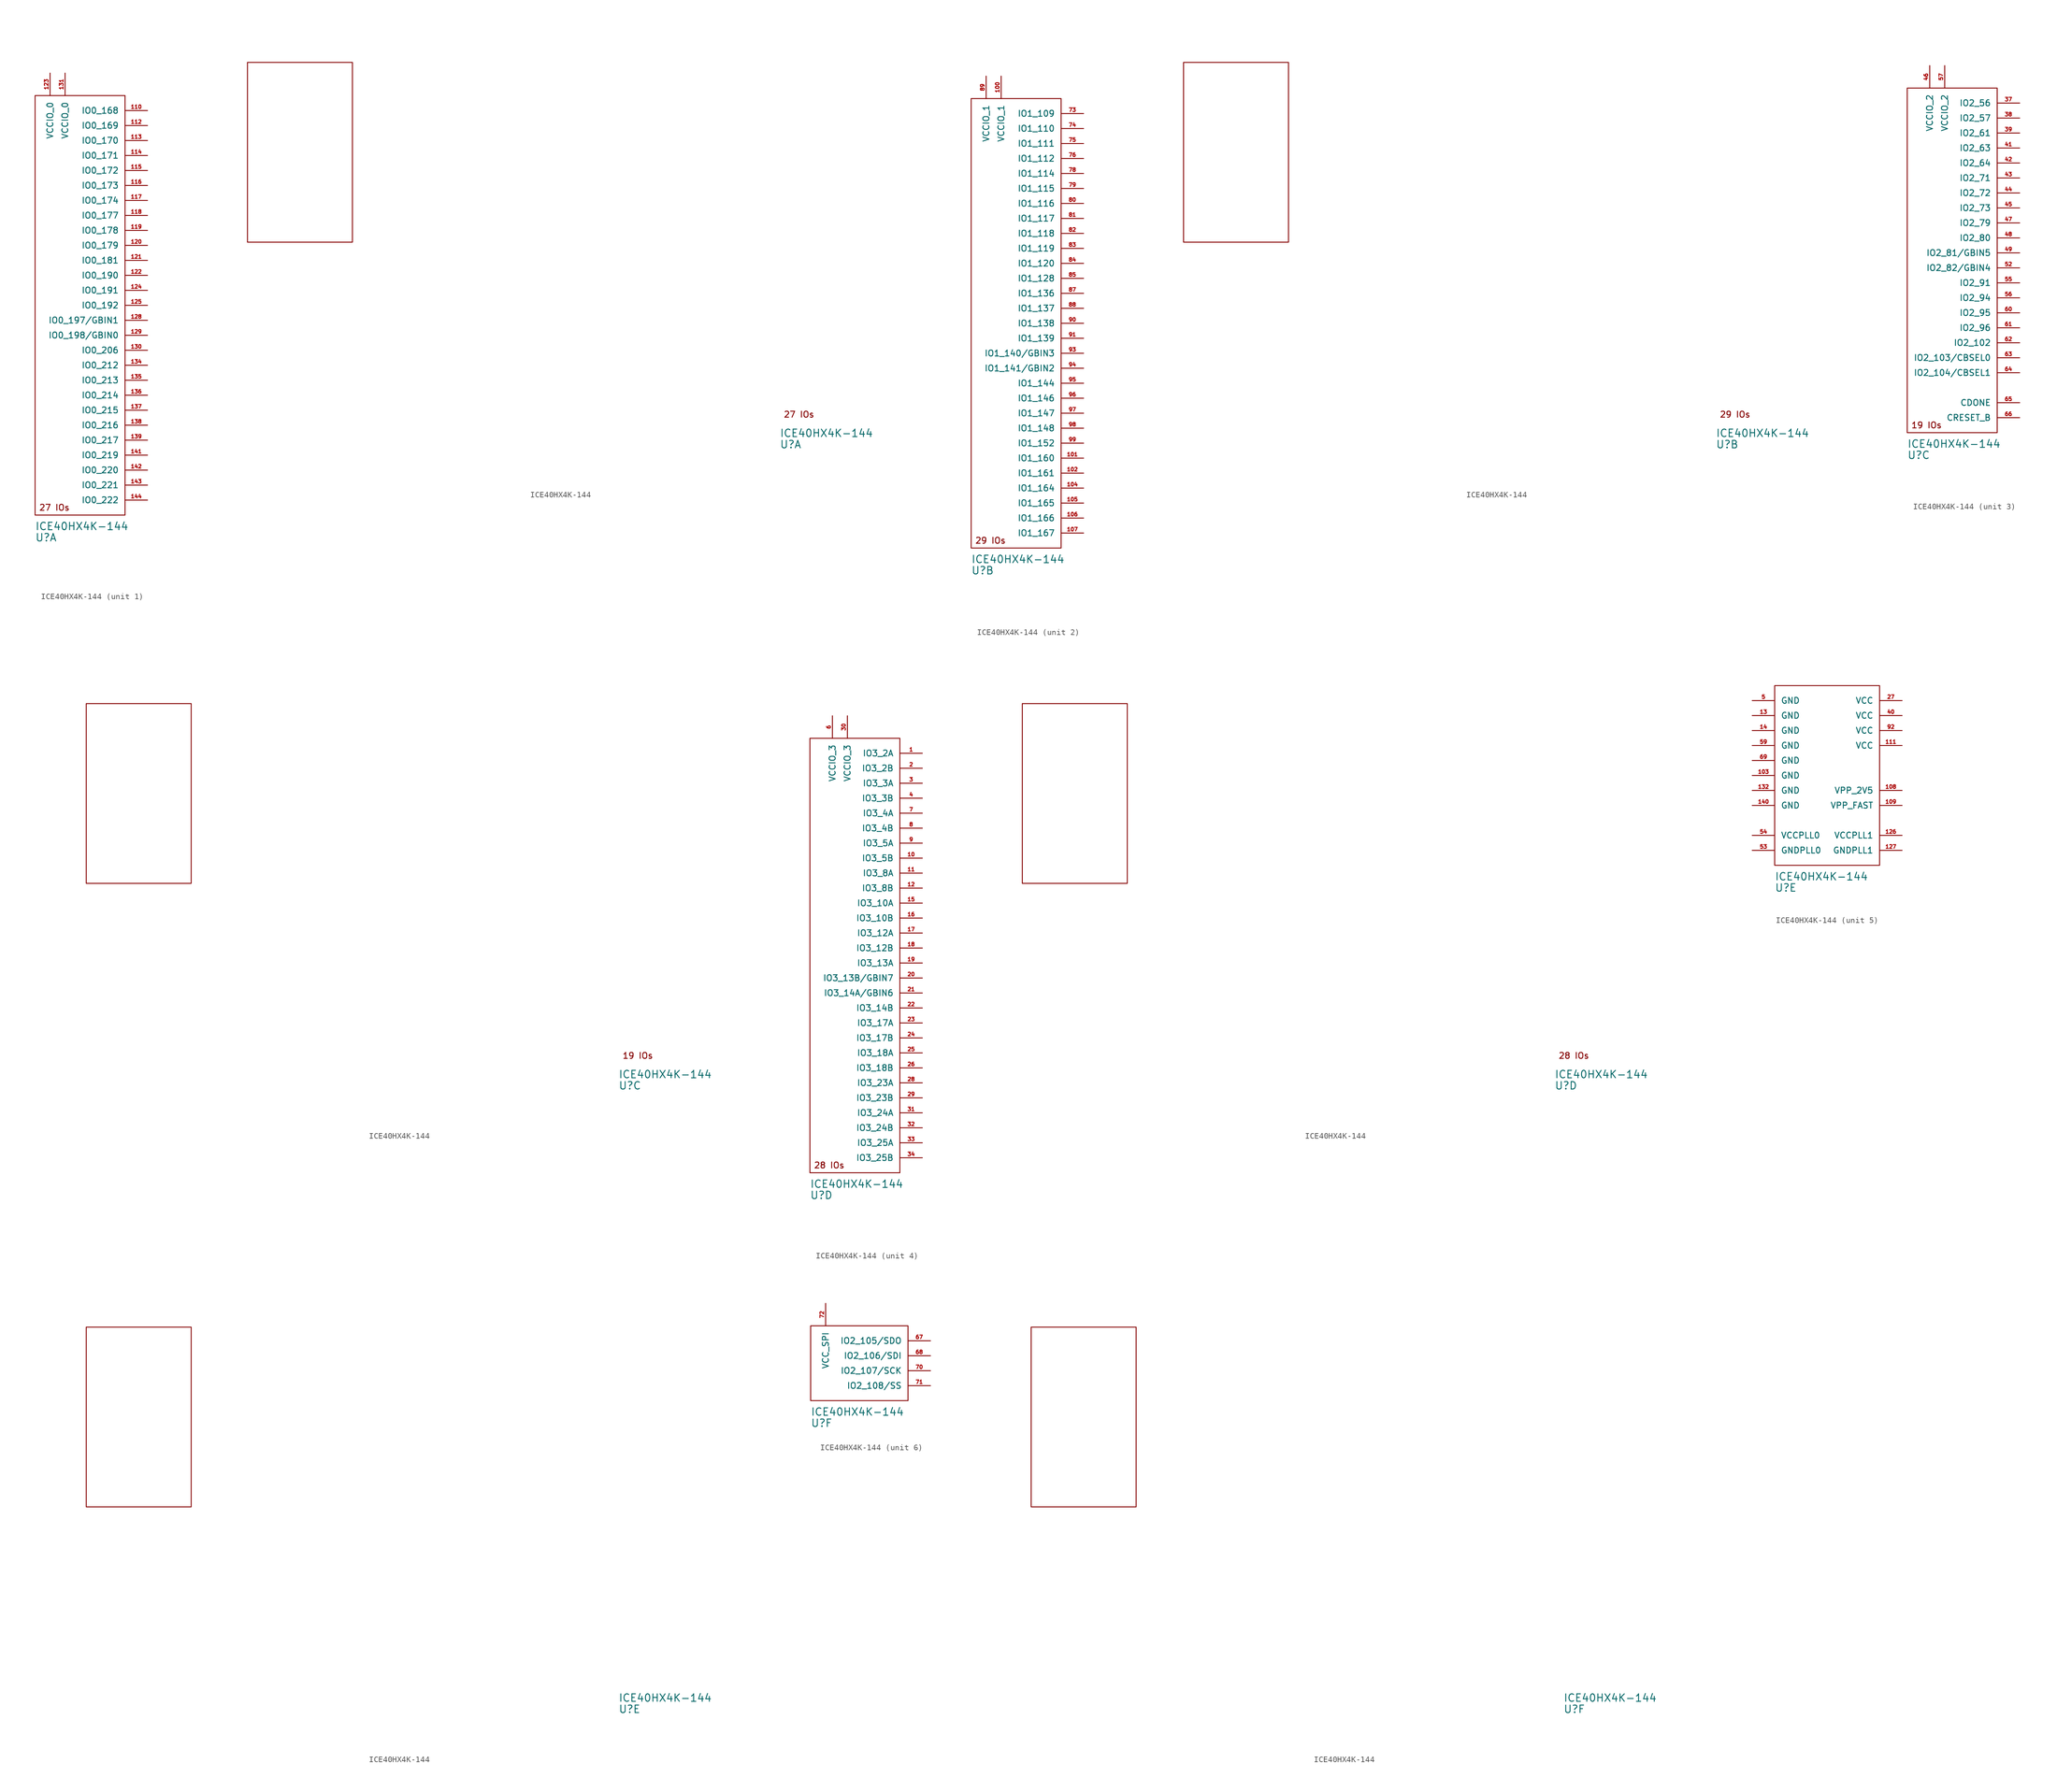
<source format=kicad_sym>
(kicad_symbol_lib
  (version 20211014)
  (generator kicad_symbol_editor)
  (symbol "ICE40HX4K-144"
    (pin_names
      (offset 1.016))
    (property "Reference" "U"
      (at 0 -3.81 0)
      (effects (font (size 1.27 1.27)) (justify left)))
    (property "Value" "ICE40HX4K-144"
      (at 0 -1.905 0)
      (effects (font (size 1.27 1.27)) (justify left)))
    (property "ki_locked" ""
      (at 0 0 0)
      (effects (font (size 1.27 1.27))))
    (symbol "ICE40HX4K-144_0_2"
      (rectangle (start -90.17 60.96) (end -72.39 30.48) (stroke (width 0) (type default) (color 0 0 0 0)) (fill (type none))))
    (symbol "ICE40HX4K-144_0_3"
      (rectangle (start -90.17 60.96) (end -72.39 30.48) (stroke (width 0) (type default) (color 0 0 0 0)) (fill (type none))))
    (symbol "ICE40HX4K-144_0_4"
      (rectangle (start -90.17 60.96) (end -72.39 30.48) (stroke (width 0) (type default) (color 0 0 0 0)) (fill (type none))))
    (symbol "ICE40HX4K-144_0_5"
      (rectangle (start -90.17 60.96) (end -72.39 30.48) (stroke (width 0) (type default) (color 0 0 0 0)) (fill (type none))))
    (symbol "ICE40HX4K-144_1_0"
      (text "27 IOs" (at 0.635 1.27 0) (effects (font (size 1.016 1.016)) (justify left))))
    (symbol "ICE40HX4K-144_1_1"
      (rectangle (start 0 71.12) (end 15.24 0) (stroke (width 0) (type default) (color 0 0 0 0)) (fill (type none)))
      (pin tri_state line (at 19.05 68.58 180) (length 3.81) (name "IO0_168" (effects (font (size 1.016 1.016)))) (number "110" (effects (font (size 0.635 0.635)))))
      (pin tri_state line (at 19.05 66.04 180) (length 3.81) (name "IO0_169" (effects (font (size 1.016 1.016)))) (number "112" (effects (font (size 0.635 0.635)))))
      (pin tri_state line (at 19.05 63.5 180) (length 3.81) (name "IO0_170" (effects (font (size 1.016 1.016)))) (number "113" (effects (font (size 0.635 0.635)))))
      (pin tri_state line (at 19.05 60.96 180) (length 3.81) (name "IO0_171" (effects (font (size 1.016 1.016)))) (number "114" (effects (font (size 0.635 0.635)))))
      (pin tri_state line (at 19.05 58.42 180) (length 3.81) (name "IO0_172" (effects (font (size 1.016 1.016)))) (number "115" (effects (font (size 0.635 0.635)))))
      (pin tri_state line (at 19.05 55.88 180) (length 3.81) (name "IO0_173" (effects (font (size 1.016 1.016)))) (number "116" (effects (font (size 0.635 0.635)))))
      (pin tri_state line (at 19.05 53.34 180) (length 3.81) (name "IO0_174" (effects (font (size 1.016 1.016)))) (number "117" (effects (font (size 0.635 0.635)))))
      (pin tri_state line (at 19.05 50.8 180) (length 3.81) (name "IO0_177" (effects (font (size 1.016 1.016)))) (number "118" (effects (font (size 0.635 0.635)))))
      (pin tri_state line (at 19.05 48.26 180) (length 3.81) (name "IO0_178" (effects (font (size 1.016 1.016)))) (number "119" (effects (font (size 0.635 0.635)))))
      (pin tri_state line (at 19.05 45.72 180) (length 3.81) (name "IO0_179" (effects (font (size 1.016 1.016)))) (number "120" (effects (font (size 0.635 0.635)))))
      (pin tri_state line (at 19.05 43.18 180) (length 3.81) (name "IO0_181" (effects (font (size 1.016 1.016)))) (number "121" (effects (font (size 0.635 0.635)))))
      (pin tri_state line (at 19.05 40.64 180) (length 3.81) (name "IO0_190" (effects (font (size 1.016 1.016)))) (number "122" (effects (font (size 0.635 0.635)))))
      (pin power_in line (at 2.54 74.93 270) (length 3.81) (name "VCCIO_0" (effects (font (size 1.016 1.016)))) (number "123" (effects (font (size 0.635 0.635)))))
      (pin tri_state line (at 19.05 38.1 180) (length 3.81) (name "IO0_191" (effects (font (size 1.016 1.016)))) (number "124" (effects (font (size 0.635 0.635)))))
      (pin tri_state line (at 19.05 35.56 180) (length 3.81) (name "IO0_192" (effects (font (size 1.016 1.016)))) (number "125" (effects (font (size 0.635 0.635)))))
      (pin tri_state line (at 19.05 33.02 180) (length 3.81) (name "IO0_197/GBIN1" (effects (font (size 1.016 1.016)))) (number "128" (effects (font (size 0.635 0.635)))))
      (pin tri_state line (at 19.05 30.48 180) (length 3.81) (name "IO0_198/GBIN0" (effects (font (size 1.016 1.016)))) (number "129" (effects (font (size 0.635 0.635)))))
      (pin tri_state line (at 19.05 27.94 180) (length 3.81) (name "IO0_206" (effects (font (size 1.016 1.016)))) (number "130" (effects (font (size 0.635 0.635)))))
      (pin power_in line (at 5.08 74.93 270) (length 3.81) (name "VCCIO_0" (effects (font (size 1.016 1.016)))) (number "131" (effects (font (size 0.635 0.635)))))
      (pin tri_state line (at 19.05 25.4 180) (length 3.81) (name "IO0_212" (effects (font (size 1.016 1.016)))) (number "134" (effects (font (size 0.635 0.635)))))
      (pin tri_state line (at 19.05 22.86 180) (length 3.81) (name "IO0_213" (effects (font (size 1.016 1.016)))) (number "135" (effects (font (size 0.635 0.635)))))
      (pin tri_state line (at 19.05 20.32 180) (length 3.81) (name "IO0_214" (effects (font (size 1.016 1.016)))) (number "136" (effects (font (size 0.635 0.635)))))
      (pin tri_state line (at 19.05 17.78 180) (length 3.81) (name "IO0_215" (effects (font (size 1.016 1.016)))) (number "137" (effects (font (size 0.635 0.635)))))
      (pin tri_state line (at 19.05 15.24 180) (length 3.81) (name "IO0_216" (effects (font (size 1.016 1.016)))) (number "138" (effects (font (size 0.635 0.635)))))
      (pin tri_state line (at 19.05 12.7 180) (length 3.81) (name "IO0_217" (effects (font (size 1.016 1.016)))) (number "139" (effects (font (size 0.635 0.635)))))
      (pin tri_state line (at 19.05 10.16 180) (length 3.81) (name "IO0_219" (effects (font (size 1.016 1.016)))) (number "141" (effects (font (size 0.635 0.635)))))
      (pin tri_state line (at 19.05 7.62 180) (length 3.81) (name "IO0_220" (effects (font (size 1.016 1.016)))) (number "142" (effects (font (size 0.635 0.635)))))
      (pin tri_state line (at 19.05 5.08 180) (length 3.81) (name "IO0_221" (effects (font (size 1.016 1.016)))) (number "143" (effects (font (size 0.635 0.635)))))
      (pin tri_state line (at 19.05 2.54 180) (length 3.81) (name "IO0_222" (effects (font (size 1.016 1.016)))) (number "144" (effects (font (size 0.635 0.635))))))
    (symbol "ICE40HX4K-144_2_0"
      (text "29 IOs" (at 0.635 1.27 0) (effects (font (size 1.016 1.016)) (justify left))))
    (symbol "ICE40HX4K-144_2_1"
      (rectangle (start 0 76.2) (end 15.24 0) (stroke (width 0) (type default) (color 0 0 0 0)) (fill (type none)))
      (pin power_in line (at 5.08 80.01 270) (length 3.81) (name "VCCIO_1" (effects (font (size 1.016 1.016)))) (number "100" (effects (font (size 0.635 0.635)))))
      (pin tri_state line (at 19.05 15.24 180) (length 3.81) (name "IO1_160" (effects (font (size 1.016 1.016)))) (number "101" (effects (font (size 0.635 0.635)))))
      (pin tri_state line (at 19.05 12.7 180) (length 3.81) (name "IO1_161" (effects (font (size 1.016 1.016)))) (number "102" (effects (font (size 0.635 0.635)))))
      (pin tri_state line (at 19.05 10.16 180) (length 3.81) (name "IO1_164" (effects (font (size 1.016 1.016)))) (number "104" (effects (font (size 0.635 0.635)))))
      (pin tri_state line (at 19.05 7.62 180) (length 3.81) (name "IO1_165" (effects (font (size 1.016 1.016)))) (number "105" (effects (font (size 0.635 0.635)))))
      (pin tri_state line (at 19.05 5.08 180) (length 3.81) (name "IO1_166" (effects (font (size 1.016 1.016)))) (number "106" (effects (font (size 0.635 0.635)))))
      (pin tri_state line (at 19.05 2.54 180) (length 3.81) (name "IO1_167" (effects (font (size 1.016 1.016)))) (number "107" (effects (font (size 0.635 0.635)))))
      (pin tri_state line (at 19.05 73.66 180) (length 3.81) (name "IO1_109" (effects (font (size 1.016 1.016)))) (number "73" (effects (font (size 0.635 0.635)))))
      (pin tri_state line (at 19.05 71.12 180) (length 3.81) (name "IO1_110" (effects (font (size 1.016 1.016)))) (number "74" (effects (font (size 0.635 0.635)))))
      (pin tri_state line (at 19.05 68.58 180) (length 3.81) (name "IO1_111" (effects (font (size 1.016 1.016)))) (number "75" (effects (font (size 0.635 0.635)))))
      (pin tri_state line (at 19.05 66.04 180) (length 3.81) (name "IO1_112" (effects (font (size 1.016 1.016)))) (number "76" (effects (font (size 0.635 0.635)))))
      (pin tri_state line (at 19.05 63.5 180) (length 3.81) (name "IO1_114" (effects (font (size 1.016 1.016)))) (number "78" (effects (font (size 0.635 0.635)))))
      (pin tri_state line (at 19.05 60.96 180) (length 3.81) (name "IO1_115" (effects (font (size 1.016 1.016)))) (number "79" (effects (font (size 0.635 0.635)))))
      (pin tri_state line (at 19.05 58.42 180) (length 3.81) (name "IO1_116" (effects (font (size 1.016 1.016)))) (number "80" (effects (font (size 0.635 0.635)))))
      (pin tri_state line (at 19.05 55.88 180) (length 3.81) (name "IO1_117" (effects (font (size 1.016 1.016)))) (number "81" (effects (font (size 0.635 0.635)))))
      (pin tri_state line (at 19.05 53.34 180) (length 3.81) (name "IO1_118" (effects (font (size 1.016 1.016)))) (number "82" (effects (font (size 0.635 0.635)))))
      (pin tri_state line (at 19.05 50.8 180) (length 3.81) (name "IO1_119" (effects (font (size 1.016 1.016)))) (number "83" (effects (font (size 0.635 0.635)))))
      (pin tri_state line (at 19.05 48.26 180) (length 3.81) (name "IO1_120" (effects (font (size 1.016 1.016)))) (number "84" (effects (font (size 0.635 0.635)))))
      (pin tri_state line (at 19.05 45.72 180) (length 3.81) (name "IO1_128" (effects (font (size 1.016 1.016)))) (number "85" (effects (font (size 0.635 0.635)))))
      (pin tri_state line (at 19.05 43.18 180) (length 3.81) (name "IO1_136" (effects (font (size 1.016 1.016)))) (number "87" (effects (font (size 0.635 0.635)))))
      (pin tri_state line (at 19.05 40.64 180) (length 3.81) (name "IO1_137" (effects (font (size 1.016 1.016)))) (number "88" (effects (font (size 0.635 0.635)))))
      (pin power_in line (at 2.54 80.01 270) (length 3.81) (name "VCCIO_1" (effects (font (size 1.016 1.016)))) (number "89" (effects (font (size 0.635 0.635)))))
      (pin tri_state line (at 19.05 38.1 180) (length 3.81) (name "IO1_138" (effects (font (size 1.016 1.016)))) (number "90" (effects (font (size 0.635 0.635)))))
      (pin tri_state line (at 19.05 35.56 180) (length 3.81) (name "IO1_139" (effects (font (size 1.016 1.016)))) (number "91" (effects (font (size 0.635 0.635)))))
      (pin tri_state line (at 19.05 33.02 180) (length 3.81) (name "IO1_140/GBIN3" (effects (font (size 1.016 1.016)))) (number "93" (effects (font (size 0.635 0.635)))))
      (pin tri_state line (at 19.05 30.48 180) (length 3.81) (name "IO1_141/GBIN2" (effects (font (size 1.016 1.016)))) (number "94" (effects (font (size 0.635 0.635)))))
      (pin tri_state line (at 19.05 27.94 180) (length 3.81) (name "IO1_144" (effects (font (size 1.016 1.016)))) (number "95" (effects (font (size 0.635 0.635)))))
      (pin tri_state line (at 19.05 25.4 180) (length 3.81) (name "IO1_146" (effects (font (size 1.016 1.016)))) (number "96" (effects (font (size 0.635 0.635)))))
      (pin tri_state line (at 19.05 22.86 180) (length 3.81) (name "IO1_147" (effects (font (size 1.016 1.016)))) (number "97" (effects (font (size 0.635 0.635)))))
      (pin tri_state line (at 19.05 20.32 180) (length 3.81) (name "IO1_148" (effects (font (size 1.016 1.016)))) (number "98" (effects (font (size 0.635 0.635)))))
      (pin tri_state line (at 19.05 17.78 180) (length 3.81) (name "IO1_152" (effects (font (size 1.016 1.016)))) (number "99" (effects (font (size 0.635 0.635))))))
    (symbol "ICE40HX4K-144_3_0"
      (text "19 IOs" (at 0.635 1.27 0) (effects (font (size 1.016 1.016)) (justify left))))
    (symbol "ICE40HX4K-144_3_1"
      (rectangle (start 0 58.42) (end 15.24 0) (stroke (width 0) (type default) (color 0 0 0 0)) (fill (type none)))
      (pin tri_state line (at 19.05 55.88 180) (length 3.81) (name "IO2_56" (effects (font (size 1.016 1.016)))) (number "37" (effects (font (size 0.635 0.635)))))
      (pin tri_state line (at 19.05 53.34 180) (length 3.81) (name "IO2_57" (effects (font (size 1.016 1.016)))) (number "38" (effects (font (size 0.635 0.635)))))
      (pin tri_state line (at 19.05 50.8 180) (length 3.81) (name "IO2_61" (effects (font (size 1.016 1.016)))) (number "39" (effects (font (size 0.635 0.635)))))
      (pin tri_state line (at 19.05 48.26 180) (length 3.81) (name "IO2_63" (effects (font (size 1.016 1.016)))) (number "41" (effects (font (size 0.635 0.635)))))
      (pin tri_state line (at 19.05 45.72 180) (length 3.81) (name "IO2_64" (effects (font (size 1.016 1.016)))) (number "42" (effects (font (size 0.635 0.635)))))
      (pin tri_state line (at 19.05 43.18 180) (length 3.81) (name "IO2_71" (effects (font (size 1.016 1.016)))) (number "43" (effects (font (size 0.635 0.635)))))
      (pin tri_state line (at 19.05 40.64 180) (length 3.81) (name "IO2_72" (effects (font (size 1.016 1.016)))) (number "44" (effects (font (size 0.635 0.635)))))
      (pin tri_state line (at 19.05 38.1 180) (length 3.81) (name "IO2_73" (effects (font (size 1.016 1.016)))) (number "45" (effects (font (size 0.635 0.635)))))
      (pin power_in line (at 3.81 62.23 270) (length 3.81) (name "VCCIO_2" (effects (font (size 1.016 1.016)))) (number "46" (effects (font (size 0.635 0.635)))))
      (pin tri_state line (at 19.05 35.56 180) (length 3.81) (name "IO2_79" (effects (font (size 1.016 1.016)))) (number "47" (effects (font (size 0.635 0.635)))))
      (pin tri_state line (at 19.05 33.02 180) (length 3.81) (name "IO2_80" (effects (font (size 1.016 1.016)))) (number "48" (effects (font (size 0.635 0.635)))))
      (pin tri_state line (at 19.05 30.48 180) (length 3.81) (name "IO2_81/GBIN5" (effects (font (size 1.016 1.016)))) (number "49" (effects (font (size 0.635 0.635)))))
      (pin tri_state line (at 19.05 27.94 180) (length 3.81) (name "IO2_82/GBIN4" (effects (font (size 1.016 1.016)))) (number "52" (effects (font (size 0.635 0.635)))))
      (pin tri_state line (at 19.05 25.4 180) (length 3.81) (name "IO2_91" (effects (font (size 1.016 1.016)))) (number "55" (effects (font (size 0.635 0.635)))))
      (pin tri_state line (at 19.05 22.86 180) (length 3.81) (name "IO2_94" (effects (font (size 1.016 1.016)))) (number "56" (effects (font (size 0.635 0.635)))))
      (pin power_in line (at 6.35 62.23 270) (length 3.81) (name "VCCIO_2" (effects (font (size 1.016 1.016)))) (number "57" (effects (font (size 0.635 0.635)))))
      (pin tri_state line (at 19.05 20.32 180) (length 3.81) (name "IO2_95" (effects (font (size 1.016 1.016)))) (number "60" (effects (font (size 0.635 0.635)))))
      (pin tri_state line (at 19.05 17.78 180) (length 3.81) (name "IO2_96" (effects (font (size 1.016 1.016)))) (number "61" (effects (font (size 0.635 0.635)))))
      (pin tri_state line (at 19.05 15.24 180) (length 3.81) (name "IO2_102" (effects (font (size 1.016 1.016)))) (number "62" (effects (font (size 0.635 0.635)))))
      (pin tri_state line (at 19.05 12.7 180) (length 3.81) (name "IO2_103/CBSEL0" (effects (font (size 1.016 1.016)))) (number "63" (effects (font (size 0.635 0.635)))))
      (pin tri_state line (at 19.05 10.16 180) (length 3.81) (name "IO2_104/CBSEL1" (effects (font (size 1.016 1.016)))) (number "64" (effects (font (size 0.635 0.635)))))
      (pin tri_state line (at 19.05 5.08 180) (length 3.81) (name "CDONE" (effects (font (size 1.016 1.016)))) (number "65" (effects (font (size 0.635 0.635)))))
      (pin tri_state line (at 19.05 2.54 180) (length 3.81) (name "CRESET_B" (effects (font (size 1.016 1.016)))) (number "66" (effects (font (size 0.635 0.635))))))
    (symbol "ICE40HX4K-144_4_0"
      (text "28 IOs" (at 0.635 1.27 0) (effects (font (size 1.016 1.016)) (justify left))))
    (symbol "ICE40HX4K-144_4_1"
      (rectangle (start 0 73.66) (end 15.24 0) (stroke (width 0) (type default) (color 0 0 0 0)) (fill (type none)))
      (pin tri_state line (at 19.05 71.12 180) (length 3.81) (name "IO3_2A" (effects (font (size 1.016 1.016)))) (number "1" (effects (font (size 0.635 0.635)))))
      (pin tri_state line (at 19.05 53.34 180) (length 3.81) (name "IO3_5B" (effects (font (size 1.016 1.016)))) (number "10" (effects (font (size 0.635 0.635)))))
      (pin tri_state line (at 19.05 50.8 180) (length 3.81) (name "IO3_8A" (effects (font (size 1.016 1.016)))) (number "11" (effects (font (size 0.635 0.635)))))
      (pin tri_state line (at 19.05 48.26 180) (length 3.81) (name "IO3_8B" (effects (font (size 1.016 1.016)))) (number "12" (effects (font (size 0.635 0.635)))))
      (pin tri_state line (at 19.05 45.72 180) (length 3.81) (name "IO3_10A" (effects (font (size 1.016 1.016)))) (number "15" (effects (font (size 0.635 0.635)))))
      (pin tri_state line (at 19.05 43.18 180) (length 3.81) (name "IO3_10B" (effects (font (size 1.016 1.016)))) (number "16" (effects (font (size 0.635 0.635)))))
      (pin tri_state line (at 19.05 40.64 180) (length 3.81) (name "IO3_12A" (effects (font (size 1.016 1.016)))) (number "17" (effects (font (size 0.635 0.635)))))
      (pin tri_state line (at 19.05 38.1 180) (length 3.81) (name "IO3_12B" (effects (font (size 1.016 1.016)))) (number "18" (effects (font (size 0.635 0.635)))))
      (pin tri_state line (at 19.05 35.56 180) (length 3.81) (name "IO3_13A" (effects (font (size 1.016 1.016)))) (number "19" (effects (font (size 0.635 0.635)))))
      (pin tri_state line (at 19.05 68.58 180) (length 3.81) (name "IO3_2B" (effects (font (size 1.016 1.016)))) (number "2" (effects (font (size 0.635 0.635)))))
      (pin tri_state line (at 19.05 33.02 180) (length 3.81) (name "IO3_13B/GBIN7" (effects (font (size 1.016 1.016)))) (number "20" (effects (font (size 0.635 0.635)))))
      (pin tri_state line (at 19.05 30.48 180) (length 3.81) (name "IO3_14A/GBIN6" (effects (font (size 1.016 1.016)))) (number "21" (effects (font (size 0.635 0.635)))))
      (pin tri_state line (at 19.05 27.94 180) (length 3.81) (name "IO3_14B" (effects (font (size 1.016 1.016)))) (number "22" (effects (font (size 0.635 0.635)))))
      (pin tri_state line (at 19.05 25.4 180) (length 3.81) (name "IO3_17A" (effects (font (size 1.016 1.016)))) (number "23" (effects (font (size 0.635 0.635)))))
      (pin tri_state line (at 19.05 22.86 180) (length 3.81) (name "IO3_17B" (effects (font (size 1.016 1.016)))) (number "24" (effects (font (size 0.635 0.635)))))
      (pin tri_state line (at 19.05 20.32 180) (length 3.81) (name "IO3_18A" (effects (font (size 1.016 1.016)))) (number "25" (effects (font (size 0.635 0.635)))))
      (pin tri_state line (at 19.05 17.78 180) (length 3.81) (name "IO3_18B" (effects (font (size 1.016 1.016)))) (number "26" (effects (font (size 0.635 0.635)))))
      (pin tri_state line (at 19.05 15.24 180) (length 3.81) (name "IO3_23A" (effects (font (size 1.016 1.016)))) (number "28" (effects (font (size 0.635 0.635)))))
      (pin tri_state line (at 19.05 12.7 180) (length 3.81) (name "IO3_23B" (effects (font (size 1.016 1.016)))) (number "29" (effects (font (size 0.635 0.635)))))
      (pin tri_state line (at 19.05 66.04 180) (length 3.81) (name "IO3_3A" (effects (font (size 1.016 1.016)))) (number "3" (effects (font (size 0.635 0.635)))))
      (pin power_in line (at 6.35 77.47 270) (length 3.81) (name "VCCIO_3" (effects (font (size 1.016 1.016)))) (number "30" (effects (font (size 0.635 0.635)))))
      (pin tri_state line (at 19.05 10.16 180) (length 3.81) (name "IO3_24A" (effects (font (size 1.016 1.016)))) (number "31" (effects (font (size 0.635 0.635)))))
      (pin tri_state line (at 19.05 7.62 180) (length 3.81) (name "IO3_24B" (effects (font (size 1.016 1.016)))) (number "32" (effects (font (size 0.635 0.635)))))
      (pin tri_state line (at 19.05 5.08 180) (length 3.81) (name "IO3_25A" (effects (font (size 1.016 1.016)))) (number "33" (effects (font (size 0.635 0.635)))))
      (pin tri_state line (at 19.05 2.54 180) (length 3.81) (name "IO3_25B" (effects (font (size 1.016 1.016)))) (number "34" (effects (font (size 0.635 0.635)))))
      (pin tri_state line (at 19.05 63.5 180) (length 3.81) (name "IO3_3B" (effects (font (size 1.016 1.016)))) (number "4" (effects (font (size 0.635 0.635)))))
      (pin power_in line (at 3.81 77.47 270) (length 3.81) (name "VCCIO_3" (effects (font (size 1.016 1.016)))) (number "6" (effects (font (size 0.635 0.635)))))
      (pin tri_state line (at 19.05 60.96 180) (length 3.81) (name "IO3_4A" (effects (font (size 1.016 1.016)))) (number "7" (effects (font (size 0.635 0.635)))))
      (pin tri_state line (at 19.05 58.42 180) (length 3.81) (name "IO3_4B" (effects (font (size 1.016 1.016)))) (number "8" (effects (font (size 0.635 0.635)))))
      (pin tri_state line (at 19.05 55.88 180) (length 3.81) (name "IO3_5A" (effects (font (size 1.016 1.016)))) (number "9" (effects (font (size 0.635 0.635))))))
    (symbol "ICE40HX4K-144_5_1"
      (rectangle (start 0 30.48) (end 17.78 0) (stroke (width 0) (type default) (color 0 0 0 0)) (fill (type none)))
      (pin power_in line (at -3.81 15.24 0) (length 3.81) (name "GND" (effects (font (size 1.016 1.016)))) (number "103" (effects (font (size 0.635 0.635)))))
      (pin tri_state line (at 21.59 12.7 180) (length 3.81) (name "VPP_2V5" (effects (font (size 1.016 1.016)))) (number "108" (effects (font (size 0.635 0.635)))))
      (pin tri_state line (at 21.59 10.16 180) (length 3.81) (name "VPP_FAST" (effects (font (size 1.016 1.016)))) (number "109" (effects (font (size 0.635 0.635)))))
      (pin power_in line (at 21.59 20.32 180) (length 3.81) (name "VCC" (effects (font (size 1.016 1.016)))) (number "111" (effects (font (size 0.635 0.635)))))
      (pin power_in line (at 21.59 5.08 180) (length 3.81) (name "VCCPLL1" (effects (font (size 1.016 1.016)))) (number "126" (effects (font (size 0.635 0.635)))))
      (pin power_out line (at 21.59 2.54 180) (length 3.81) (name "GNDPLL1" (effects (font (size 1.016 1.016)))) (number "127" (effects (font (size 0.635 0.635)))))
      (pin power_in line (at -3.81 25.4 0) (length 3.81) (name "GND" (effects (font (size 1.016 1.016)))) (number "13" (effects (font (size 0.635 0.635)))))
      (pin power_in line (at -3.81 12.7 0) (length 3.81) (name "GND" (effects (font (size 1.016 1.016)))) (number "132" (effects (font (size 0.635 0.635)))))
      (pin power_in line (at -3.81 22.86 0) (length 3.81) (name "GND" (effects (font (size 1.016 1.016)))) (number "14" (effects (font (size 0.635 0.635)))))
      (pin power_in line (at -3.81 10.16 0) (length 3.81) (name "GND" (effects (font (size 1.016 1.016)))) (number "140" (effects (font (size 0.635 0.635)))))
      (pin power_in line (at 21.59 27.94 180) (length 3.81) (name "VCC" (effects (font (size 1.016 1.016)))) (number "27" (effects (font (size 0.635 0.635)))))
      (pin power_in line (at 21.59 25.4 180) (length 3.81) (name "VCC" (effects (font (size 1.016 1.016)))) (number "40" (effects (font (size 0.635 0.635)))))
      (pin power_in line (at -3.81 27.94 0) (length 3.81) (name "GND" (effects (font (size 1.016 1.016)))) (number "5" (effects (font (size 0.635 0.635)))))
      (pin power_out line (at -3.81 2.54 0) (length 3.81) (name "GNDPLL0" (effects (font (size 1.016 1.016)))) (number "53" (effects (font (size 0.635 0.635)))))
      (pin power_in line (at -3.81 5.08 0) (length 3.81) (name "VCCPLL0" (effects (font (size 1.016 1.016)))) (number "54" (effects (font (size 0.635 0.635)))))
      (pin power_in line (at -3.81 20.32 0) (length 3.81) (name "GND" (effects (font (size 1.016 1.016)))) (number "59" (effects (font (size 0.635 0.635)))))
      (pin power_in line (at -3.81 17.78 0) (length 3.81) (name "GND" (effects (font (size 1.016 1.016)))) (number "69" (effects (font (size 0.635 0.635)))))
      (pin power_in line (at 21.59 22.86 180) (length 3.81) (name "VCC" (effects (font (size 1.016 1.016)))) (number "92" (effects (font (size 0.635 0.635))))))
    (symbol "ICE40HX4K-144_6_1"
      (rectangle (start 0 12.7) (end 16.51 0) (stroke (width 0) (type default) (color 0 0 0 0)) (fill (type none)))
      (pin tri_state line (at 20.32 10.16 180) (length 3.81) (name "IO2_105/SDO" (effects (font (size 1.016 1.016)))) (number "67" (effects (font (size 0.635 0.635)))))
      (pin tri_state line (at 20.32 7.62 180) (length 3.81) (name "IO2_106/SDI" (effects (font (size 1.016 1.016)))) (number "68" (effects (font (size 0.635 0.635)))))
      (pin tri_state line (at 20.32 5.08 180) (length 3.81) (name "IO2_107/SCK" (effects (font (size 1.016 1.016)))) (number "70" (effects (font (size 0.635 0.635)))))
      (pin tri_state line (at 20.32 2.54 180) (length 3.81) (name "IO2_108/SS" (effects (font (size 1.016 1.016)))) (number "71" (effects (font (size 0.635 0.635)))))
      (pin power_in line (at 2.54 16.51 270) (length 3.81) (name "VCC_SPI" (effects (font (size 1.016 1.016)))) (number "72" (effects (font (size 0.635 0.635))))))))
</source>
